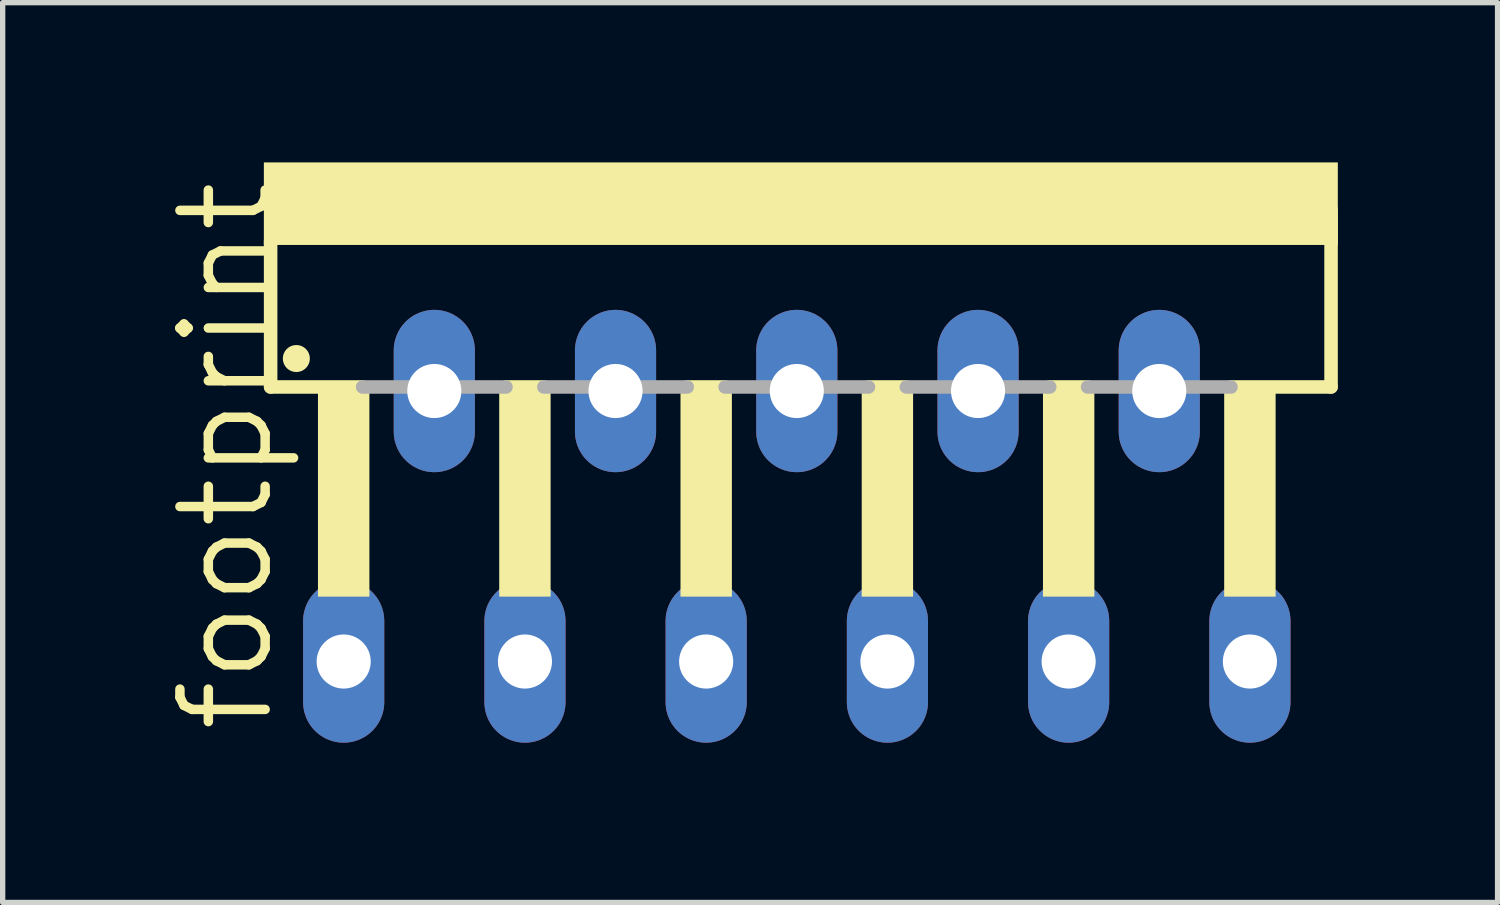
<source format=kicad_pcb>
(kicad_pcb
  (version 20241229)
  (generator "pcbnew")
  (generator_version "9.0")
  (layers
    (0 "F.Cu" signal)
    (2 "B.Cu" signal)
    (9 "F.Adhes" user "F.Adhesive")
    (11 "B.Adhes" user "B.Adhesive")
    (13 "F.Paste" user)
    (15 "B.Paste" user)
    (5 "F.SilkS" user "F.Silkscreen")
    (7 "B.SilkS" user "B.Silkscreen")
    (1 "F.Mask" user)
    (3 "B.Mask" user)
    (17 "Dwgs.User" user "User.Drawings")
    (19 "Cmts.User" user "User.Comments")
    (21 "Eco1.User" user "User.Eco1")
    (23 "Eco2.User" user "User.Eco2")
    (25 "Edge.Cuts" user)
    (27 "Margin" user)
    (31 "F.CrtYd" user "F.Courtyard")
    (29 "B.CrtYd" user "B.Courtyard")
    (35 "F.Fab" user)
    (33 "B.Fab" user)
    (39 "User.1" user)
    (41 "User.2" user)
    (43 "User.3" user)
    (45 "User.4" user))
  (footprint "footprint"
    (layer "F.Cu")
    (at 11.913 1.753)
    (property "Reference" "footprint" (at -9.779 9.017 90) (layer "F.SilkS") (effects (font (size 1.6 1.6) (thickness 0.178)) (justify left bottom)))
    (fp_line (start -9.881 -0.279) (end -9.881 2.464) (stroke (width 0.254) (type solid)) (layer "F.SilkS"))
    (fp_line (start -9.881 2.464) (end -8.153 2.464) (stroke (width 0.254) (type solid)) (layer "F.SilkS"))
    (fp_line (start -5.461 2.464) (end -4.75 2.464) (stroke (width 0.254) (type solid)) (layer "F.SilkS"))
    (fp_line (start -2.057 2.464) (end -1.346 2.464) (stroke (width 0.254) (type solid)) (layer "F.SilkS"))
    (fp_line (start 1.346 2.464) (end 2.057 2.464) (stroke (width 0.254) (type solid)) (layer "F.SilkS"))
    (fp_line (start 4.75 2.464) (end 5.461 2.464) (stroke (width 0.254) (type solid)) (layer "F.SilkS"))
    (fp_line (start 8.153 2.464) (end 10.033 2.464) (stroke (width 0.254) (type solid)) (layer "F.SilkS"))
    (fp_line (start 10.033 2.464) (end 10.033 -0.864) (stroke (width 0.254) (type solid)) (layer "F.SilkS"))
    (fp_circle (center -9.398 1.93) (end -9.271 1.93) (stroke (width 0.254) (type solid)) (fill yes) (layer "F.SilkS"))
    (fp_poly (pts (xy -10.008 -0.203) (xy 10.16 -0.203) (xy 10.16 -1.753) (xy -10.008 -1.753)) (stroke (width 0) (type solid)) (fill yes) (layer "F.SilkS"))
    (fp_poly (pts (xy -8.992 6.401) (xy -8.026 6.401) (xy -8.026 2.54) (xy -8.992 2.54)) (stroke (width 0) (type solid)) (fill yes) (layer "F.SilkS"))
    (fp_poly (pts (xy -5.588 6.401) (xy -4.623 6.401) (xy -4.623 2.54) (xy -5.588 2.54)) (stroke (width 0) (type solid)) (fill yes) (layer "F.SilkS"))
    (fp_poly (pts (xy -2.184 6.401) (xy -1.219 6.401) (xy -1.219 2.54) (xy -2.184 2.54)) (stroke (width 0) (type solid)) (fill yes) (layer "F.SilkS"))
    (fp_poly (pts (xy 1.219 6.401) (xy 2.184 6.401) (xy 2.184 2.54) (xy 1.219 2.54)) (stroke (width 0) (type solid)) (fill yes) (layer "F.SilkS"))
    (fp_poly (pts (xy 4.623 6.401) (xy 5.588 6.401) (xy 5.588 2.54) (xy 4.623 2.54)) (stroke (width 0) (type solid)) (fill yes) (layer "F.SilkS"))
    (fp_poly (pts (xy 8.026 6.401) (xy 8.992 6.401) (xy 8.992 2.54) (xy 8.026 2.54)) (stroke (width 0) (type solid)) (fill yes) (layer "F.SilkS"))
    (fp_line (start -8.153 2.464) (end -5.461 2.464) (stroke (width 0.254) (type solid)) (layer "F.Fab"))
    (fp_line (start -4.75 2.464) (end -2.057 2.464) (stroke (width 0.254) (type solid)) (layer "F.Fab"))
    (fp_line (start -1.346 2.464) (end 1.346 2.464) (stroke (width 0.254) (type solid)) (layer "F.Fab"))
    (fp_line (start 2.057 2.464) (end 4.75 2.464) (stroke (width 0.254) (type solid)) (layer "F.Fab"))
    (fp_line (start 5.461 2.464) (end 8.153 2.464) (stroke (width 0.254) (type solid)) (layer "F.Fab"))
    (pad "1" thru_hole oval (at -8.509 7.62 90) (size 3.048 1.524) (drill 1.016) (layers "*.Cu" "*.Mask"))
    (pad "2" thru_hole oval (at -6.807 2.54 90) (size 3.048 1.524) (drill 1.016) (layers "*.Cu" "*.Mask"))
    (pad "3" thru_hole oval (at -5.105 7.62 90) (size 3.048 1.524) (drill 1.016) (layers "*.Cu" "*.Mask"))
    (pad "4" thru_hole oval (at -3.404 2.54 90) (size 3.048 1.524) (drill 1.016) (layers "*.Cu" "*.Mask"))
    (pad "5" thru_hole oval (at -1.702 7.62 90) (size 3.048 1.524) (drill 1.016) (layers "*.Cu" "*.Mask"))
    (pad "6" thru_hole oval (at 0 2.54 90) (size 3.048 1.524) (drill 1.016) (layers "*.Cu" "*.Mask"))
    (pad "7" thru_hole oval (at 1.702 7.62 90) (size 3.048 1.524) (drill 1.016) (layers "*.Cu" "*.Mask"))
    (pad "8" thru_hole oval (at 3.404 2.54 90) (size 3.048 1.524) (drill 1.016) (layers "*.Cu" "*.Mask"))
    (pad "9" thru_hole oval (at 5.105 7.62 90) (size 3.048 1.524) (drill 1.016) (layers "*.Cu" "*.Mask"))
    (pad "10" thru_hole oval (at 6.807 2.54 90) (size 3.048 1.524) (drill 1.016) (layers "*.Cu" "*.Mask"))
    (pad "11" thru_hole oval (at 8.509 7.62 90) (size 3.048 1.524) (drill 1.016) (layers "*.Cu" "*.Mask")))
  (gr_rect
    (start -3 -3)
    (end 25.073 13.897)
    (stroke (width 0.1) (type default))
    (fill no)
    (layer "Edge.Cuts")))
</source>
